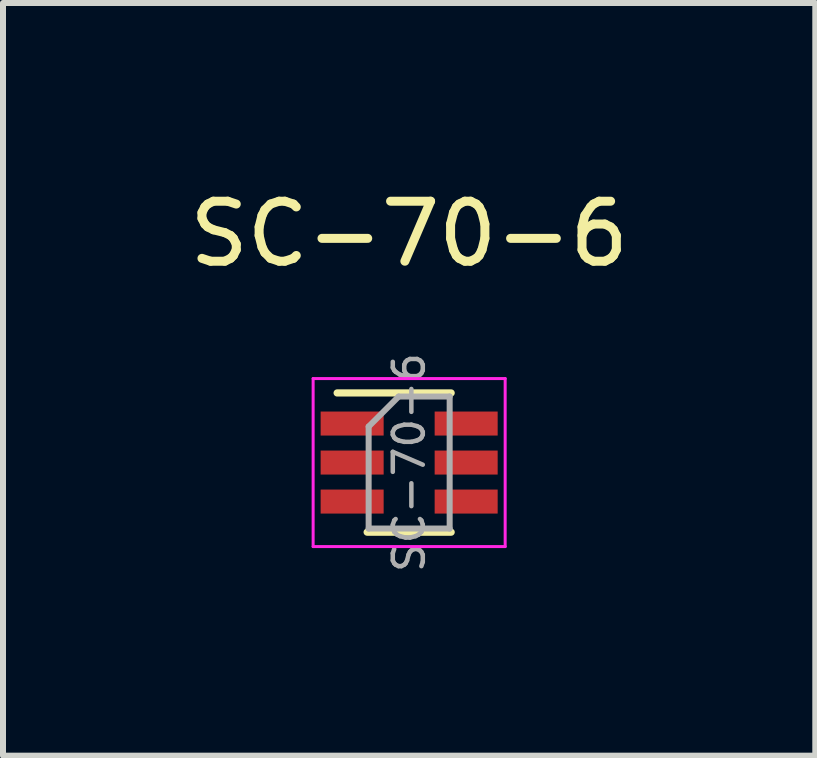
<source format=kicad_pcb>
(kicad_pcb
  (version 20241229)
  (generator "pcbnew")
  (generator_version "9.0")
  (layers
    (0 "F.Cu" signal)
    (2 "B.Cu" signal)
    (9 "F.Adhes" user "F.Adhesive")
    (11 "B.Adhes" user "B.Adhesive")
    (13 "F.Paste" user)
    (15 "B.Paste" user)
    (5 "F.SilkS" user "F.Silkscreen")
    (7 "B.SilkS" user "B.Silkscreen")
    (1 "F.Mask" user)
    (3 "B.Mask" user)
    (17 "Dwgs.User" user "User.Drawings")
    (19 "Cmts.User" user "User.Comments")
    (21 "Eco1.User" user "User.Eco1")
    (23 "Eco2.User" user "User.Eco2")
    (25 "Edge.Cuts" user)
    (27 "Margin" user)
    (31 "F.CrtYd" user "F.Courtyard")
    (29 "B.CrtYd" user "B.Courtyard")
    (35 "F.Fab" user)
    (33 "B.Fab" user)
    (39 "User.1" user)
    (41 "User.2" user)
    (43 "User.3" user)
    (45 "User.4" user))
  (footprint "SC-70-6"
    (layer "F.Cu")
    (at 3.768 4.658)
    (property "Reference" "SC-70-6" (at 0 -3.81 0) (layer "F.SilkS") (effects (font (size 1 1) (thickness 0.15))))
    (attr through_hole)
    (fp_line (start -0.7 1.16) (end 0.7 1.16) (stroke (width 0.12) (type solid)) (layer "F.SilkS"))
    (fp_line (start 0.7 -1.16) (end -1.2 -1.16) (stroke (width 0.12) (type solid)) (layer "F.SilkS"))
    (fp_line (start -1.6 -1.4) (end -1.6 1.4) (stroke (width 0.05) (type solid)) (layer "F.CrtYd"))
    (fp_line (start -1.6 -1.4) (end 1.6 -1.4) (stroke (width 0.05) (type solid)) (layer "F.CrtYd"))
    (fp_line (start -1.6 1.4) (end 1.6 1.4) (stroke (width 0.05) (type solid)) (layer "F.CrtYd"))
    (fp_line (start 1.6 1.4) (end 1.6 -1.4) (stroke (width 0.05) (type solid)) (layer "F.CrtYd"))
    (fp_line (start -0.675 -0.6) (end -0.675 1.1) (stroke (width 0.1) (type solid)) (layer "F.Fab"))
    (fp_line (start -0.175 -1.1) (end -0.675 -0.6) (stroke (width 0.1) (type solid)) (layer "F.Fab"))
    (fp_line (start 0.675 -1.1) (end -0.175 -1.1) (stroke (width 0.1) (type solid)) (layer "F.Fab"))
    (fp_line (start 0.675 -1.1) (end 0.675 1.1) (stroke (width 0.1) (type solid)) (layer "F.Fab"))
    (fp_line (start 0.675 1.1) (end -0.675 1.1) (stroke (width 0.1) (type solid)) (layer "F.Fab"))
    (fp_text user "${REFERENCE}" (at 0 0 90) (layer "F.Fab") (effects (font (size 0.5 0.5) (thickness 0.075))))
    (pad "1" smd rect (at -0.95 -0.65) (size 1.05 0.4) (layers "F.Cu" "F.Mask" "F.Paste"))
    (pad "2" smd rect (at -0.95 0) (size 1.05 0.4) (layers "F.Cu" "F.Mask" "F.Paste"))
    (pad "3" smd rect (at -0.95 0.65) (size 1.05 0.4) (layers "F.Cu" "F.Mask" "F.Paste"))
    (pad "4" smd rect (at 0.95 0.65) (size 1.05 0.4) (layers "F.Cu" "F.Mask" "F.Paste"))
    (pad "5" smd rect (at 0.95 0) (size 1.05 0.4) (layers "F.Cu" "F.Mask" "F.Paste"))
    (pad "6" smd rect (at 0.95 -0.65) (size 1.05 0.4) (layers "F.Cu" "F.Mask" "F.Paste")))
  (gr_rect
    (start -3 -3)
    (end 10.536 9.542)
    (stroke (width 0.1) (type default))
    (fill no)
    (layer "Edge.Cuts")))
</source>
